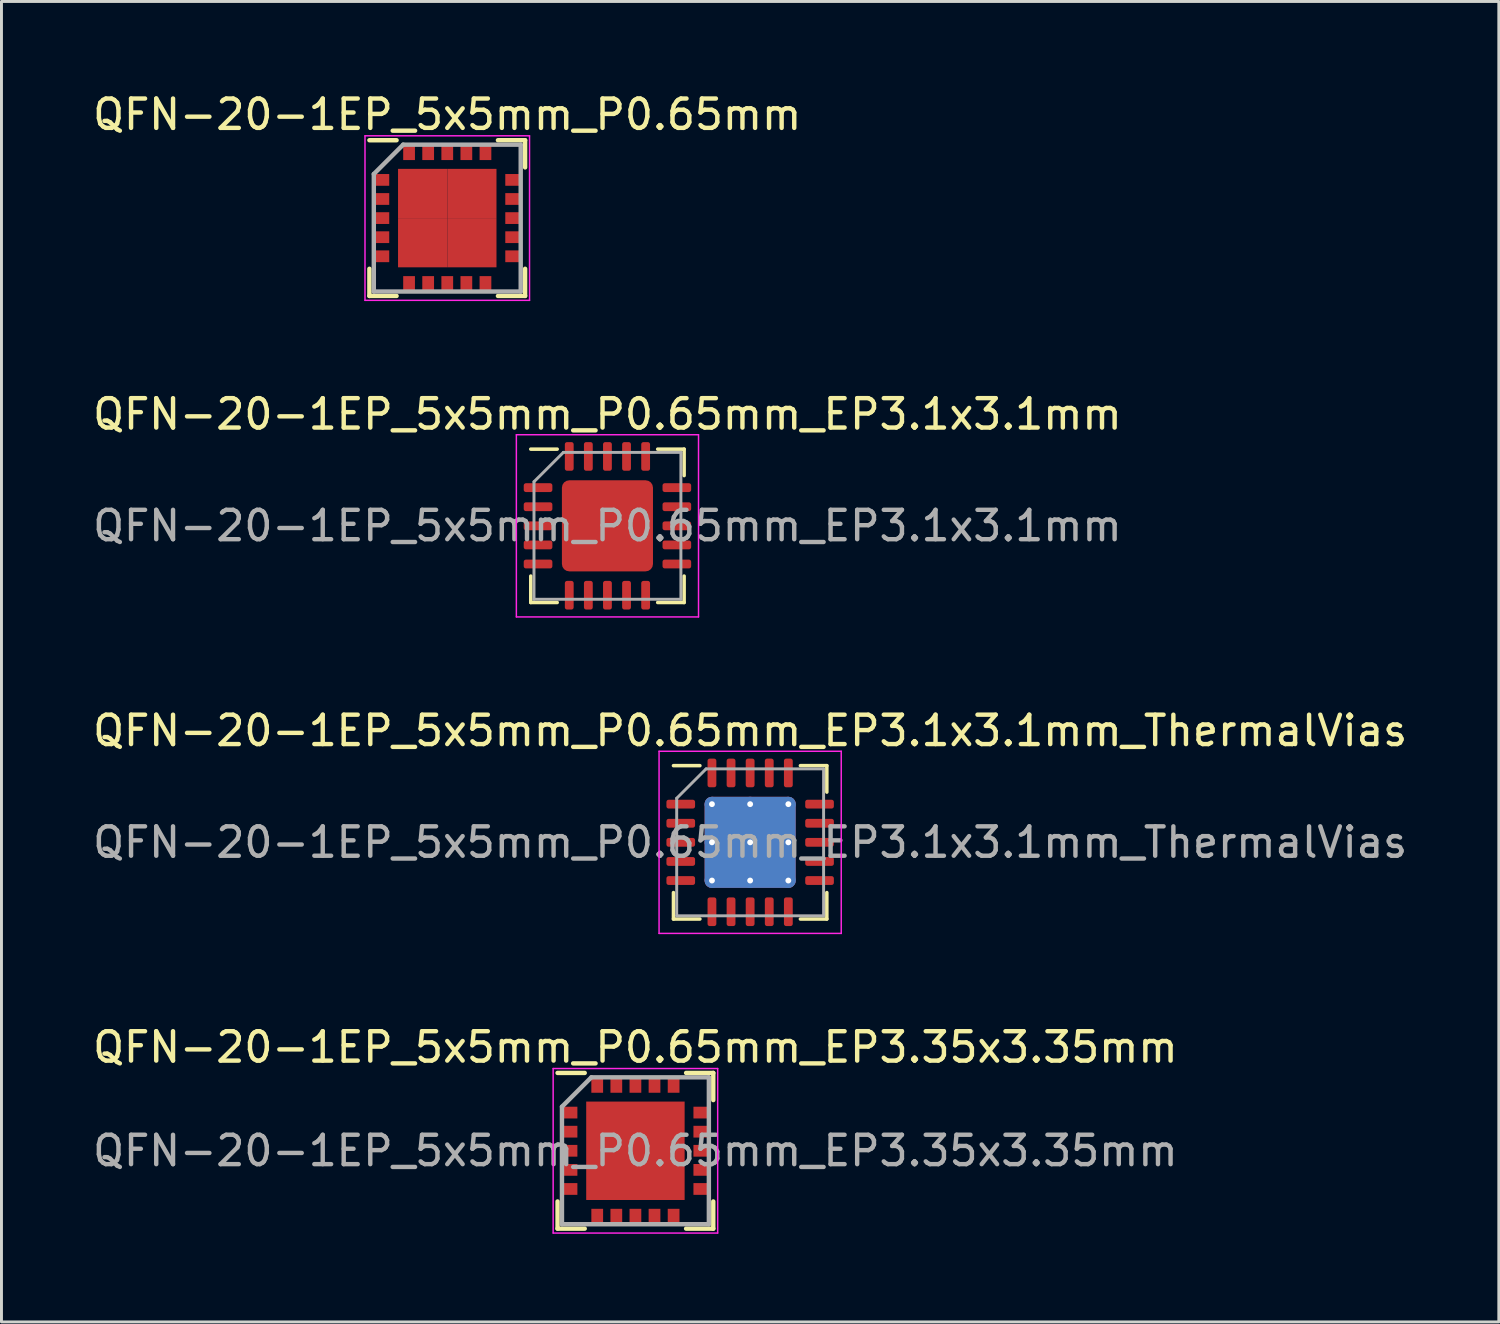
<source format=kicad_pcb>
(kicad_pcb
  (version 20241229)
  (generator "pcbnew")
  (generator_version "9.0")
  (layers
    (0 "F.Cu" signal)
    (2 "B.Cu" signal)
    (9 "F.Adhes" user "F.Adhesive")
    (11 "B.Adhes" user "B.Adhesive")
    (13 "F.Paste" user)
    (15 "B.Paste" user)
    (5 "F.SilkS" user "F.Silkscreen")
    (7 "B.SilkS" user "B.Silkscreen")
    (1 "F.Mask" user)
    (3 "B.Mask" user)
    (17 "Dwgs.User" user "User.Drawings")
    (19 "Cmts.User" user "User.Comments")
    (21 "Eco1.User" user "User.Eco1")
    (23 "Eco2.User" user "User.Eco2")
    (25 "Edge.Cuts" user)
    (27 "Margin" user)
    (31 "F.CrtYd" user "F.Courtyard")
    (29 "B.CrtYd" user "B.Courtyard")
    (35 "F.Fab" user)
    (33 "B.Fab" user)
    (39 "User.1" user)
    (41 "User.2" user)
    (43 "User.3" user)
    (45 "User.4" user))
  (footprint "QFN-20-1EP_5x5mm_P0.65mm_EP3.1x3.1mm_ThermalVias"
    (layer "F.Cu")
    (at 22.482 25.62)
    (property "Reference" "QFN-20-1EP_5x5mm_P0.65mm_EP3.1x3.1mm_ThermalVias" (at 0 -3.8 0) (layer "F.SilkS") (effects (font (size 1 1) (thickness 0.15))))
    (attr smd)
    (fp_line (start -2.61 2.61) (end -2.61 1.71) (stroke (width 0.12) (type solid)) (layer "F.SilkS"))
    (fp_line (start -1.71 -2.61) (end -2.61 -2.61) (stroke (width 0.12) (type solid)) (layer "F.SilkS"))
    (fp_line (start -1.71 2.61) (end -2.61 2.61) (stroke (width 0.12) (type solid)) (layer "F.SilkS"))
    (fp_line (start 1.71 -2.61) (end 2.61 -2.61) (stroke (width 0.12) (type solid)) (layer "F.SilkS"))
    (fp_line (start 1.71 2.61) (end 2.61 2.61) (stroke (width 0.12) (type solid)) (layer "F.SilkS"))
    (fp_line (start 2.61 -2.61) (end 2.61 -1.71) (stroke (width 0.12) (type solid)) (layer "F.SilkS"))
    (fp_line (start 2.61 2.61) (end 2.61 1.71) (stroke (width 0.12) (type solid)) (layer "F.SilkS"))
    (fp_line (start -3.1 -3.1) (end -3.1 3.1) (stroke (width 0.05) (type solid)) (layer "F.CrtYd"))
    (fp_line (start -3.1 3.1) (end 3.1 3.1) (stroke (width 0.05) (type solid)) (layer "F.CrtYd"))
    (fp_line (start 3.1 -3.1) (end -3.1 -3.1) (stroke (width 0.05) (type solid)) (layer "F.CrtYd"))
    (fp_line (start 3.1 3.1) (end 3.1 -3.1) (stroke (width 0.05) (type solid)) (layer "F.CrtYd"))
    (fp_line (start -2.5 -1.5) (end -1.5 -2.5) (stroke (width 0.1) (type solid)) (layer "F.Fab"))
    (fp_line (start -2.5 2.5) (end -2.5 -1.5) (stroke (width 0.1) (type solid)) (layer "F.Fab"))
    (fp_line (start -1.5 -2.5) (end 2.5 -2.5) (stroke (width 0.1) (type solid)) (layer "F.Fab"))
    (fp_line (start 2.5 -2.5) (end 2.5 2.5) (stroke (width 0.1) (type solid)) (layer "F.Fab"))
    (fp_line (start 2.5 2.5) (end -2.5 2.5) (stroke (width 0.1) (type solid)) (layer "F.Fab"))
    (fp_text user "${REFERENCE}" (at 0 0 0) (layer "F.Fab") (effects (font (size 1 1) (thickness 0.15))))
    (pad "" smd roundrect (at -0.775 -0.775) (size 1.34 1.34) (layers "F.Paste") (roundrect_rratio 0.187))
    (pad "" smd roundrect (at -0.775 0.775) (size 1.34 1.34) (layers "F.Paste") (roundrect_rratio 0.187))
    (pad "" smd roundrect (at 0.775 -0.775) (size 1.34 1.34) (layers "F.Paste") (roundrect_rratio 0.187))
    (pad "" smd roundrect (at 0.775 0.775) (size 1.34 1.34) (layers "F.Paste") (roundrect_rratio 0.187))
    (pad "1" smd roundrect (at -2.362 -1.3) (size 0.975 0.3) (layers "F.Cu" "F.Mask" "F.Paste") (roundrect_rratio 0.25))
    (pad "2" smd roundrect (at -2.362 -0.65) (size 0.975 0.3) (layers "F.Cu" "F.Mask" "F.Paste") (roundrect_rratio 0.25))
    (pad "3" smd roundrect (at -2.362 0) (size 0.975 0.3) (layers "F.Cu" "F.Mask" "F.Paste") (roundrect_rratio 0.25))
    (pad "4" smd roundrect (at -2.362 0.65) (size 0.975 0.3) (layers "F.Cu" "F.Mask" "F.Paste") (roundrect_rratio 0.25))
    (pad "5" smd roundrect (at -2.362 1.3) (size 0.975 0.3) (layers "F.Cu" "F.Mask" "F.Paste") (roundrect_rratio 0.25))
    (pad "6" smd roundrect (at -1.3 2.362) (size 0.3 0.975) (layers "F.Cu" "F.Mask" "F.Paste") (roundrect_rratio 0.25))
    (pad "7" smd roundrect (at -0.65 2.362) (size 0.3 0.975) (layers "F.Cu" "F.Mask" "F.Paste") (roundrect_rratio 0.25))
    (pad "8" smd roundrect (at 0 2.362) (size 0.3 0.975) (layers "F.Cu" "F.Mask" "F.Paste") (roundrect_rratio 0.25))
    (pad "9" smd roundrect (at 0.65 2.362) (size 0.3 0.975) (layers "F.Cu" "F.Mask" "F.Paste") (roundrect_rratio 0.25))
    (pad "10" smd roundrect (at 1.3 2.362) (size 0.3 0.975) (layers "F.Cu" "F.Mask" "F.Paste") (roundrect_rratio 0.25))
    (pad "11" smd roundrect (at 2.362 1.3) (size 0.975 0.3) (layers "F.Cu" "F.Mask" "F.Paste") (roundrect_rratio 0.25))
    (pad "12" smd roundrect (at 2.362 0.65) (size 0.975 0.3) (layers "F.Cu" "F.Mask" "F.Paste") (roundrect_rratio 0.25))
    (pad "13" smd roundrect (at 2.362 0) (size 0.975 0.3) (layers "F.Cu" "F.Mask" "F.Paste") (roundrect_rratio 0.25))
    (pad "14" smd roundrect (at 2.362 -0.65) (size 0.975 0.3) (layers "F.Cu" "F.Mask" "F.Paste") (roundrect_rratio 0.25))
    (pad "15" smd roundrect (at 2.362 -1.3) (size 0.975 0.3) (layers "F.Cu" "F.Mask" "F.Paste") (roundrect_rratio 0.25))
    (pad "16" smd roundrect (at 1.3 -2.362) (size 0.3 0.975) (layers "F.Cu" "F.Mask" "F.Paste") (roundrect_rratio 0.25))
    (pad "17" smd roundrect (at 0.65 -2.362) (size 0.3 0.975) (layers "F.Cu" "F.Mask" "F.Paste") (roundrect_rratio 0.25))
    (pad "18" smd roundrect (at 0 -2.362) (size 0.3 0.975) (layers "F.Cu" "F.Mask" "F.Paste") (roundrect_rratio 0.25))
    (pad "19" smd roundrect (at -0.65 -2.362) (size 0.3 0.975) (layers "F.Cu" "F.Mask" "F.Paste") (roundrect_rratio 0.25))
    (pad "20" smd roundrect (at -1.3 -2.362) (size 0.3 0.975) (layers "F.Cu" "F.Mask" "F.Paste") (roundrect_rratio 0.25))
    (pad "21" thru_hole circle (at -1.3 -1.3) (size 0.5 0.5) (drill 0.2) (layers "*.Cu"))
    (pad "21" thru_hole circle (at -1.3 0) (size 0.5 0.5) (drill 0.2) (layers "*.Cu"))
    (pad "21" thru_hole circle (at -1.3 1.3) (size 0.5 0.5) (drill 0.2) (layers "*.Cu"))
    (pad "21" thru_hole circle (at 0 -1.3) (size 0.5 0.5) (drill 0.2) (layers "*.Cu"))
    (pad "21" thru_hole circle (at 0 0) (size 0.5 0.5) (drill 0.2) (layers "*.Cu"))
    (pad "21" smd roundrect (at 0 0) (size 3.1 3.1) (layers "F.Cu" "F.Mask") (roundrect_rratio 0.081))
    (pad "21" smd roundrect (at 0 0) (size 3.1 3.1) (layers "B.Cu") (roundrect_rratio 0.081))
    (pad "21" thru_hole circle (at 0 1.3) (size 0.5 0.5) (drill 0.2) (layers "*.Cu"))
    (pad "21" thru_hole circle (at 1.3 -1.3) (size 0.5 0.5) (drill 0.2) (layers "*.Cu"))
    (pad "21" thru_hole circle (at 1.3 0) (size 0.5 0.5) (drill 0.2) (layers "*.Cu"))
    (pad "21" thru_hole circle (at 1.3 1.3) (size 0.5 0.5) (drill 0.2) (layers "*.Cu")))
  (footprint "QFN-20-1EP_5x5mm_P0.65mm_EP3.35x3.35mm"
    (layer "F.Cu")
    (at 18.577 36.118)
    (property "Reference" "QFN-20-1EP_5x5mm_P0.65mm_EP3.35x3.35mm" (at 0 -3.525 0) (layer "F.SilkS") (effects (font (size 1 1) (thickness 0.15))))
    (attr smd)
    (fp_line (start -2.65 -2.65) (end -1.725 -2.65) (stroke (width 0.15) (type solid)) (layer "F.SilkS"))
    (fp_line (start -2.65 2.65) (end -2.65 1.725) (stroke (width 0.15) (type solid)) (layer "F.SilkS"))
    (fp_line (start -2.65 2.65) (end -1.725 2.65) (stroke (width 0.15) (type solid)) (layer "F.SilkS"))
    (fp_line (start 2.65 -2.65) (end 1.725 -2.65) (stroke (width 0.15) (type solid)) (layer "F.SilkS"))
    (fp_line (start 2.65 -2.65) (end 2.65 -1.725) (stroke (width 0.15) (type solid)) (layer "F.SilkS"))
    (fp_line (start 2.65 2.65) (end 1.725 2.65) (stroke (width 0.15) (type solid)) (layer "F.SilkS"))
    (fp_line (start 2.65 2.65) (end 2.65 1.725) (stroke (width 0.15) (type solid)) (layer "F.SilkS"))
    (fp_line (start -2.8 -2.8) (end -2.8 2.8) (stroke (width 0.05) (type solid)) (layer "F.CrtYd"))
    (fp_line (start -2.8 -2.8) (end 2.8 -2.8) (stroke (width 0.05) (type solid)) (layer "F.CrtYd"))
    (fp_line (start -2.8 2.8) (end 2.8 2.8) (stroke (width 0.05) (type solid)) (layer "F.CrtYd"))
    (fp_line (start 2.8 -2.8) (end 2.8 2.8) (stroke (width 0.05) (type solid)) (layer "F.CrtYd"))
    (fp_line (start -2.5 -1.5) (end -1.5 -2.5) (stroke (width 0.15) (type solid)) (layer "F.Fab"))
    (fp_line (start -2.5 2.5) (end -2.5 -1.5) (stroke (width 0.15) (type solid)) (layer "F.Fab"))
    (fp_line (start -1.5 -2.5) (end 2.5 -2.5) (stroke (width 0.15) (type solid)) (layer "F.Fab"))
    (fp_line (start 2.5 -2.5) (end 2.5 2.5) (stroke (width 0.15) (type solid)) (layer "F.Fab"))
    (fp_line (start 2.5 2.5) (end -2.5 2.5) (stroke (width 0.15) (type solid)) (layer "F.Fab"))
    (fp_text user "${REFERENCE}" (at 0 0 0) (layer "F.Fab") (effects (font (size 1 1) (thickness 0.15))))
    (pad "" smd rect (at -1.117 -1.117) (size 0.9 0.9) (layers "F.Paste"))
    (pad "" smd rect (at -1.117 0) (size 0.9 0.9) (layers "F.Paste"))
    (pad "" smd rect (at -1.117 1.117) (size 0.9 0.9) (layers "F.Paste"))
    (pad "" smd rect (at 0 -1.117) (size 0.9 0.9) (layers "F.Paste"))
    (pad "" smd rect (at 0 0) (size 0.9 0.9) (layers "F.Paste"))
    (pad "" smd rect (at 0 1.117) (size 0.9 0.9) (layers "F.Paste"))
    (pad "" smd rect (at 1.117 -1.117) (size 0.9 0.9) (layers "F.Paste"))
    (pad "" smd rect (at 1.117 0) (size 0.9 0.9) (layers "F.Paste"))
    (pad "" smd rect (at 1.117 1.117) (size 0.9 0.9) (layers "F.Paste"))
    (pad "1" smd rect (at -2.25 -1.3) (size 0.55 0.4) (layers "F.Cu" "F.Mask" "F.Paste"))
    (pad "2" smd rect (at -2.25 -0.65) (size 0.55 0.4) (layers "F.Cu" "F.Mask" "F.Paste"))
    (pad "3" smd rect (at -2.25 0) (size 0.55 0.4) (layers "F.Cu" "F.Mask" "F.Paste"))
    (pad "4" smd rect (at -2.25 0.65) (size 0.55 0.4) (layers "F.Cu" "F.Mask" "F.Paste"))
    (pad "5" smd rect (at -2.25 1.3) (size 0.55 0.4) (layers "F.Cu" "F.Mask" "F.Paste"))
    (pad "6" smd rect (at -1.3 2.25 90) (size 0.55 0.4) (layers "F.Cu" "F.Mask" "F.Paste"))
    (pad "7" smd rect (at -0.65 2.25 90) (size 0.55 0.4) (layers "F.Cu" "F.Mask" "F.Paste"))
    (pad "8" smd rect (at 0 2.25 90) (size 0.55 0.4) (layers "F.Cu" "F.Mask" "F.Paste"))
    (pad "9" smd rect (at 0.65 2.25 90) (size 0.55 0.4) (layers "F.Cu" "F.Mask" "F.Paste"))
    (pad "10" smd rect (at 1.3 2.25 90) (size 0.55 0.4) (layers "F.Cu" "F.Mask" "F.Paste"))
    (pad "11" smd rect (at 2.25 1.3) (size 0.55 0.4) (layers "F.Cu" "F.Mask" "F.Paste"))
    (pad "12" smd rect (at 2.25 0.65) (size 0.55 0.4) (layers "F.Cu" "F.Mask" "F.Paste"))
    (pad "13" smd rect (at 2.25 0) (size 0.55 0.4) (layers "F.Cu" "F.Mask" "F.Paste"))
    (pad "14" smd rect (at 2.25 -0.65) (size 0.55 0.4) (layers "F.Cu" "F.Mask" "F.Paste"))
    (pad "15" smd rect (at 2.25 -1.3) (size 0.55 0.4) (layers "F.Cu" "F.Mask" "F.Paste"))
    (pad "16" smd rect (at 1.3 -2.25 90) (size 0.55 0.4) (layers "F.Cu" "F.Mask" "F.Paste"))
    (pad "17" smd rect (at 0.65 -2.25 90) (size 0.55 0.4) (layers "F.Cu" "F.Mask" "F.Paste"))
    (pad "18" smd rect (at 0 -2.25 90) (size 0.55 0.4) (layers "F.Cu" "F.Mask" "F.Paste"))
    (pad "19" smd rect (at -0.65 -2.25 90) (size 0.55 0.4) (layers "F.Cu" "F.Mask" "F.Paste"))
    (pad "20" smd rect (at -1.3 -2.25 90) (size 0.55 0.4) (layers "F.Cu" "F.Mask" "F.Paste"))
    (pad "21" smd rect (at 0 0) (size 3.35 3.35) (layers "F.Cu" "F.Mask")))
  (footprint "QFN-20-1EP_5x5mm_P0.65mm_EP3.1x3.1mm"
    (layer "F.Cu")
    (at 17.625 14.847)
    (property "Reference" "QFN-20-1EP_5x5mm_P0.65mm_EP3.1x3.1mm" (at 0 -3.8 0) (layer "F.SilkS") (effects (font (size 1 1) (thickness 0.15))))
    (attr smd)
    (fp_line (start -2.61 2.61) (end -2.61 1.71) (stroke (width 0.12) (type solid)) (layer "F.SilkS"))
    (fp_line (start -1.71 -2.61) (end -2.61 -2.61) (stroke (width 0.12) (type solid)) (layer "F.SilkS"))
    (fp_line (start -1.71 2.61) (end -2.61 2.61) (stroke (width 0.12) (type solid)) (layer "F.SilkS"))
    (fp_line (start 1.71 -2.61) (end 2.61 -2.61) (stroke (width 0.12) (type solid)) (layer "F.SilkS"))
    (fp_line (start 1.71 2.61) (end 2.61 2.61) (stroke (width 0.12) (type solid)) (layer "F.SilkS"))
    (fp_line (start 2.61 -2.61) (end 2.61 -1.71) (stroke (width 0.12) (type solid)) (layer "F.SilkS"))
    (fp_line (start 2.61 2.61) (end 2.61 1.71) (stroke (width 0.12) (type solid)) (layer "F.SilkS"))
    (fp_line (start -3.1 -3.1) (end -3.1 3.1) (stroke (width 0.05) (type solid)) (layer "F.CrtYd"))
    (fp_line (start -3.1 3.1) (end 3.1 3.1) (stroke (width 0.05) (type solid)) (layer "F.CrtYd"))
    (fp_line (start 3.1 -3.1) (end -3.1 -3.1) (stroke (width 0.05) (type solid)) (layer "F.CrtYd"))
    (fp_line (start 3.1 3.1) (end 3.1 -3.1) (stroke (width 0.05) (type solid)) (layer "F.CrtYd"))
    (fp_line (start -2.5 -1.5) (end -1.5 -2.5) (stroke (width 0.1) (type solid)) (layer "F.Fab"))
    (fp_line (start -2.5 2.5) (end -2.5 -1.5) (stroke (width 0.1) (type solid)) (layer "F.Fab"))
    (fp_line (start -1.5 -2.5) (end 2.5 -2.5) (stroke (width 0.1) (type solid)) (layer "F.Fab"))
    (fp_line (start 2.5 -2.5) (end 2.5 2.5) (stroke (width 0.1) (type solid)) (layer "F.Fab"))
    (fp_line (start 2.5 2.5) (end -2.5 2.5) (stroke (width 0.1) (type solid)) (layer "F.Fab"))
    (fp_text user "${REFERENCE}" (at 0 0 0) (layer "F.Fab") (effects (font (size 1 1) (thickness 0.15))))
    (pad "" smd roundrect (at -0.775 -0.775) (size 1.25 1.25) (layers "F.Paste") (roundrect_rratio 0.2))
    (pad "" smd roundrect (at -0.775 0.775) (size 1.25 1.25) (layers "F.Paste") (roundrect_rratio 0.2))
    (pad "" smd roundrect (at 0.775 -0.775) (size 1.25 1.25) (layers "F.Paste") (roundrect_rratio 0.2))
    (pad "" smd roundrect (at 0.775 0.775) (size 1.25 1.25) (layers "F.Paste") (roundrect_rratio 0.2))
    (pad "1" smd roundrect (at -2.362 -1.3) (size 0.975 0.3) (layers "F.Cu" "F.Mask" "F.Paste") (roundrect_rratio 0.25))
    (pad "2" smd roundrect (at -2.362 -0.65) (size 0.975 0.3) (layers "F.Cu" "F.Mask" "F.Paste") (roundrect_rratio 0.25))
    (pad "3" smd roundrect (at -2.362 0) (size 0.975 0.3) (layers "F.Cu" "F.Mask" "F.Paste") (roundrect_rratio 0.25))
    (pad "4" smd roundrect (at -2.362 0.65) (size 0.975 0.3) (layers "F.Cu" "F.Mask" "F.Paste") (roundrect_rratio 0.25))
    (pad "5" smd roundrect (at -2.362 1.3) (size 0.975 0.3) (layers "F.Cu" "F.Mask" "F.Paste") (roundrect_rratio 0.25))
    (pad "6" smd roundrect (at -1.3 2.362) (size 0.3 0.975) (layers "F.Cu" "F.Mask" "F.Paste") (roundrect_rratio 0.25))
    (pad "7" smd roundrect (at -0.65 2.362) (size 0.3 0.975) (layers "F.Cu" "F.Mask" "F.Paste") (roundrect_rratio 0.25))
    (pad "8" smd roundrect (at 0 2.362) (size 0.3 0.975) (layers "F.Cu" "F.Mask" "F.Paste") (roundrect_rratio 0.25))
    (pad "9" smd roundrect (at 0.65 2.362) (size 0.3 0.975) (layers "F.Cu" "F.Mask" "F.Paste") (roundrect_rratio 0.25))
    (pad "10" smd roundrect (at 1.3 2.362) (size 0.3 0.975) (layers "F.Cu" "F.Mask" "F.Paste") (roundrect_rratio 0.25))
    (pad "11" smd roundrect (at 2.362 1.3) (size 0.975 0.3) (layers "F.Cu" "F.Mask" "F.Paste") (roundrect_rratio 0.25))
    (pad "12" smd roundrect (at 2.362 0.65) (size 0.975 0.3) (layers "F.Cu" "F.Mask" "F.Paste") (roundrect_rratio 0.25))
    (pad "13" smd roundrect (at 2.362 0) (size 0.975 0.3) (layers "F.Cu" "F.Mask" "F.Paste") (roundrect_rratio 0.25))
    (pad "14" smd roundrect (at 2.362 -0.65) (size 0.975 0.3) (layers "F.Cu" "F.Mask" "F.Paste") (roundrect_rratio 0.25))
    (pad "15" smd roundrect (at 2.362 -1.3) (size 0.975 0.3) (layers "F.Cu" "F.Mask" "F.Paste") (roundrect_rratio 0.25))
    (pad "16" smd roundrect (at 1.3 -2.362) (size 0.3 0.975) (layers "F.Cu" "F.Mask" "F.Paste") (roundrect_rratio 0.25))
    (pad "17" smd roundrect (at 0.65 -2.362) (size 0.3 0.975) (layers "F.Cu" "F.Mask" "F.Paste") (roundrect_rratio 0.25))
    (pad "18" smd roundrect (at 0 -2.362) (size 0.3 0.975) (layers "F.Cu" "F.Mask" "F.Paste") (roundrect_rratio 0.25))
    (pad "19" smd roundrect (at -0.65 -2.362) (size 0.3 0.975) (layers "F.Cu" "F.Mask" "F.Paste") (roundrect_rratio 0.25))
    (pad "20" smd roundrect (at -1.3 -2.362) (size 0.3 0.975) (layers "F.Cu" "F.Mask" "F.Paste") (roundrect_rratio 0.25))
    (pad "21" smd roundrect (at 0 0) (size 3.1 3.1) (layers "F.Cu" "F.Mask") (roundrect_rratio 0.081)))
  (footprint "QFN-20-1EP_5x5mm_P0.65mm"
    (layer "F.Cu")
    (at 12.173 4.373)
    (property "Reference" "QFN-20-1EP_5x5mm_P0.65mm" (at 0 -3.525 0) (layer "F.SilkS") (effects (font (size 1 1) (thickness 0.15))))
    (attr smd)
    (fp_line (start -2.65 -2.65) (end -1.725 -2.65) (stroke (width 0.15) (type solid)) (layer "F.SilkS"))
    (fp_line (start -2.65 2.65) (end -2.65 1.725) (stroke (width 0.15) (type solid)) (layer "F.SilkS"))
    (fp_line (start -2.65 2.65) (end -1.725 2.65) (stroke (width 0.15) (type solid)) (layer "F.SilkS"))
    (fp_line (start 2.65 -2.65) (end 1.725 -2.65) (stroke (width 0.15) (type solid)) (layer "F.SilkS"))
    (fp_line (start 2.65 -2.65) (end 2.65 -1.725) (stroke (width 0.15) (type solid)) (layer "F.SilkS"))
    (fp_line (start 2.65 2.65) (end 1.725 2.65) (stroke (width 0.15) (type solid)) (layer "F.SilkS"))
    (fp_line (start 2.65 2.65) (end 2.65 1.725) (stroke (width 0.15) (type solid)) (layer "F.SilkS"))
    (fp_line (start -2.8 -2.8) (end -2.8 2.8) (stroke (width 0.05) (type solid)) (layer "F.CrtYd"))
    (fp_line (start -2.8 -2.8) (end 2.8 -2.8) (stroke (width 0.05) (type solid)) (layer "F.CrtYd"))
    (fp_line (start -2.8 2.8) (end 2.8 2.8) (stroke (width 0.05) (type solid)) (layer "F.CrtYd"))
    (fp_line (start 2.8 -2.8) (end 2.8 2.8) (stroke (width 0.05) (type solid)) (layer "F.CrtYd"))
    (fp_line (start -2.5 -1.5) (end -1.5 -2.5) (stroke (width 0.15) (type solid)) (layer "F.Fab"))
    (fp_line (start -2.5 2.5) (end -2.5 -1.5) (stroke (width 0.15) (type solid)) (layer "F.Fab"))
    (fp_line (start -1.5 -2.5) (end 2.5 -2.5) (stroke (width 0.15) (type solid)) (layer "F.Fab"))
    (fp_line (start 2.5 -2.5) (end 2.5 2.5) (stroke (width 0.15) (type solid)) (layer "F.Fab"))
    (fp_line (start 2.5 2.5) (end -2.5 2.5) (stroke (width 0.15) (type solid)) (layer "F.Fab"))
    (pad "1" smd rect (at -2.25 -1.3) (size 0.55 0.4) (layers "F.Cu" "F.Mask" "F.Paste"))
    (pad "2" smd rect (at -2.25 -0.65) (size 0.55 0.4) (layers "F.Cu" "F.Mask" "F.Paste"))
    (pad "3" smd rect (at -2.25 0) (size 0.55 0.4) (layers "F.Cu" "F.Mask" "F.Paste"))
    (pad "4" smd rect (at -2.25 0.65) (size 0.55 0.4) (layers "F.Cu" "F.Mask" "F.Paste"))
    (pad "5" smd rect (at -2.25 1.3) (size 0.55 0.4) (layers "F.Cu" "F.Mask" "F.Paste"))
    (pad "6" smd rect (at -1.3 2.25 90) (size 0.55 0.4) (layers "F.Cu" "F.Mask" "F.Paste"))
    (pad "7" smd rect (at -0.65 2.25 90) (size 0.55 0.4) (layers "F.Cu" "F.Mask" "F.Paste"))
    (pad "8" smd rect (at 0 2.25 90) (size 0.55 0.4) (layers "F.Cu" "F.Mask" "F.Paste"))
    (pad "9" smd rect (at 0.65 2.25 90) (size 0.55 0.4) (layers "F.Cu" "F.Mask" "F.Paste"))
    (pad "10" smd rect (at 1.3 2.25 90) (size 0.55 0.4) (layers "F.Cu" "F.Mask" "F.Paste"))
    (pad "11" smd rect (at 2.25 1.3) (size 0.55 0.4) (layers "F.Cu" "F.Mask" "F.Paste"))
    (pad "12" smd rect (at 2.25 0.65) (size 0.55 0.4) (layers "F.Cu" "F.Mask" "F.Paste"))
    (pad "13" smd rect (at 2.25 0) (size 0.55 0.4) (layers "F.Cu" "F.Mask" "F.Paste"))
    (pad "14" smd rect (at 2.25 -0.65) (size 0.55 0.4) (layers "F.Cu" "F.Mask" "F.Paste"))
    (pad "15" smd rect (at 2.25 -1.3) (size 0.55 0.4) (layers "F.Cu" "F.Mask" "F.Paste"))
    (pad "16" smd rect (at 1.3 -2.25 90) (size 0.55 0.4) (layers "F.Cu" "F.Mask" "F.Paste"))
    (pad "17" smd rect (at 0.65 -2.25 90) (size 0.55 0.4) (layers "F.Cu" "F.Mask" "F.Paste"))
    (pad "18" smd rect (at 0 -2.25 90) (size 0.55 0.4) (layers "F.Cu" "F.Mask" "F.Paste"))
    (pad "19" smd rect (at -0.65 -2.25 90) (size 0.55 0.4) (layers "F.Cu" "F.Mask" "F.Paste"))
    (pad "20" smd rect (at -1.3 -2.25 90) (size 0.55 0.4) (layers "F.Cu" "F.Mask" "F.Paste"))
    (pad "21" smd rect (at -0.838 -0.838) (size 1.675 1.675) (layers "F.Cu" "F.Mask" "F.Paste"))
    (pad "21" smd rect (at -0.838 0.838) (size 1.675 1.675) (layers "F.Cu" "F.Mask" "F.Paste"))
    (pad "21" smd rect (at 0.838 -0.838) (size 1.675 1.675) (layers "F.Cu" "F.Mask" "F.Paste"))
    (pad "21" smd rect (at 0.838 0.838) (size 1.675 1.675) (layers "F.Cu" "F.Mask" "F.Paste")))
  (gr_rect
    (start -3 -3)
    (end 47.964 41.943)
    (stroke (width 0.1) (type default))
    (fill no)
    (layer "Edge.Cuts")))
</source>
